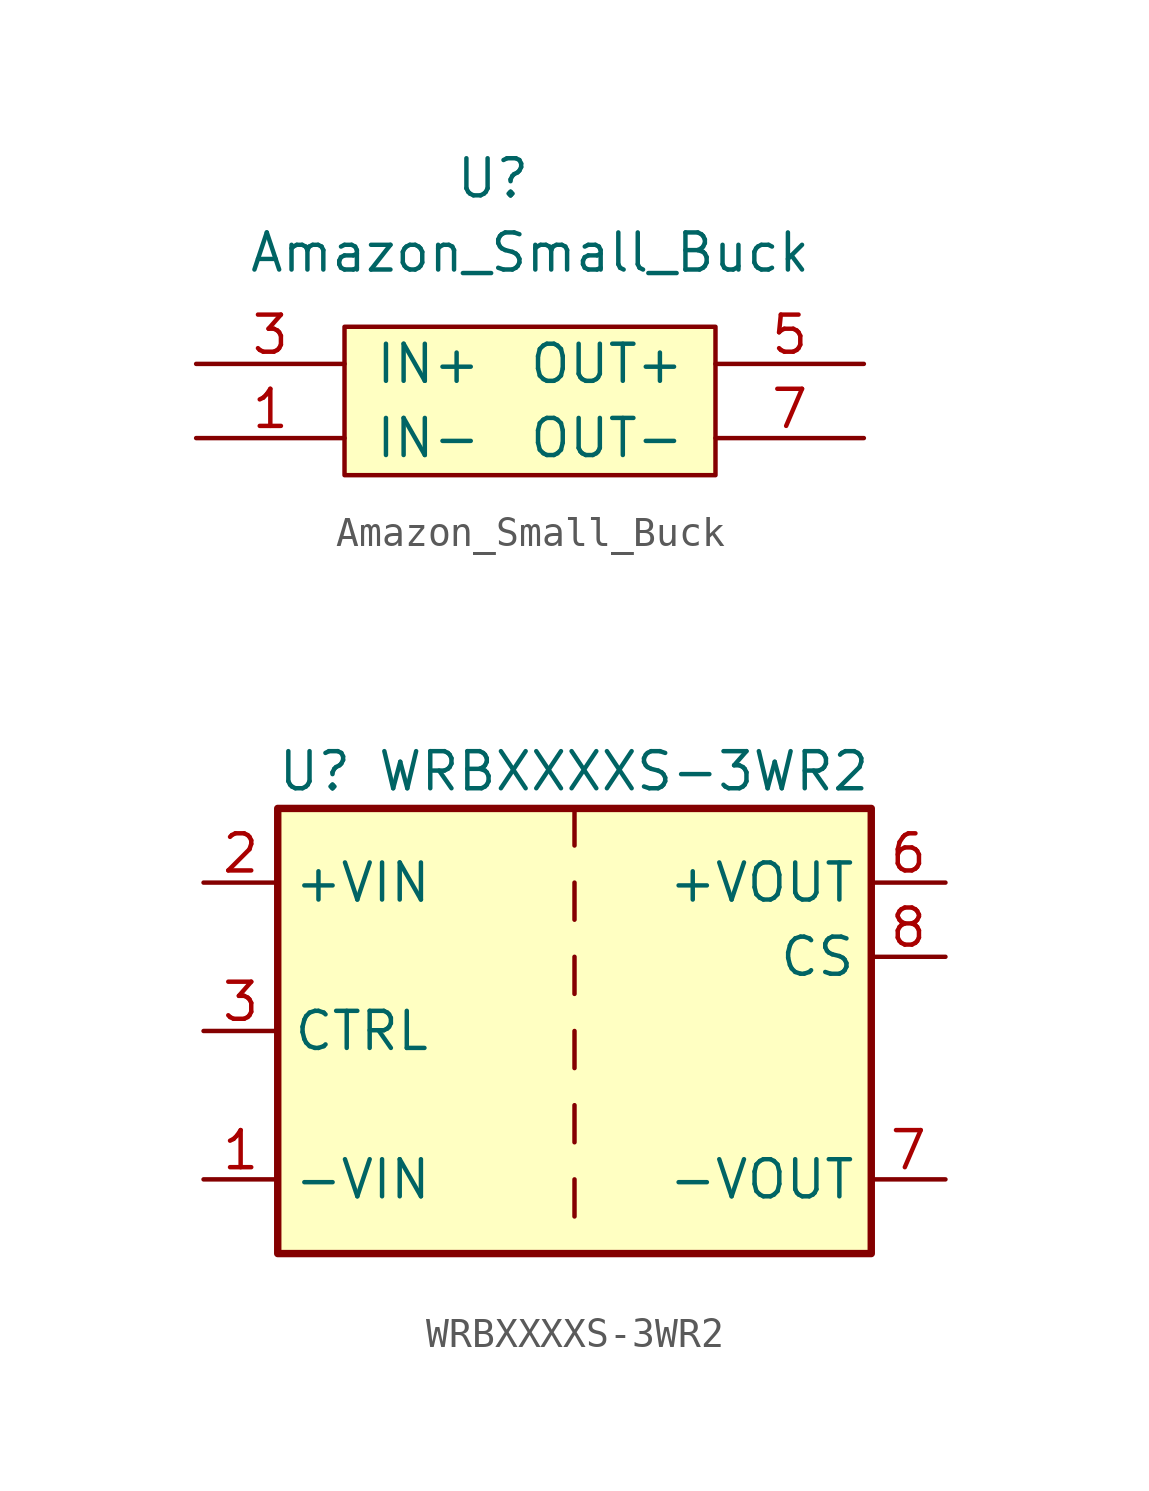
<source format=kicad_sym>
(kicad_symbol_lib
  (version 20211014)
  (generator kicad_symbol_editor)
  (symbol "Amazon_Small_Buck"
    (pin_names
      (offset 1.016))
    (property "Reference" "U"
      (at -1.27 7.62 0)
      (effects (font (size 1.27 1.27))))
    (property "Value" "Amazon_Small_Buck"
      (at 0 5.08 0)
      (effects (font (size 1.27 1.27))))
    (symbol "Amazon_Small_Buck_0_1"
      (rectangle (start -6.35 2.54) (end 6.35 -2.54) (stroke (width 0) (type default) (color 0 0 0 0)) (fill (type background))))
    (symbol "Amazon_Small_Buck_1_1"
      (pin power_in line (at -11.43 -1.27 0) (length 5.08) (name "IN-" (effects (font (size 1.27 1.27)))) (number "1" (effects (font (size 1.27 1.27)))))
      (pin power_in line (at -11.43 -1.27 0) (length 5.08) hide (name "IN-" (effects (font (size 1.27 1.27)))) (number "2" (effects (font (size 1.27 1.27)))))
      (pin power_in line (at -11.43 1.27 0) (length 5.08) (name "IN+" (effects (font (size 1.27 1.27)))) (number "3" (effects (font (size 1.27 1.27)))))
      (pin power_in line (at -11.43 1.27 0) (length 5.08) hide (name "IN+" (effects (font (size 1.27 1.27)))) (number "4" (effects (font (size 1.27 1.27)))))
      (pin power_out line (at 11.43 1.27 180) (length 5.08) (name "OUT+" (effects (font (size 1.27 1.27)))) (number "5" (effects (font (size 1.27 1.27)))))
      (pin power_out line (at 11.43 1.27 180) (length 5.08) hide (name "OUT+" (effects (font (size 1.27 1.27)))) (number "6" (effects (font (size 1.27 1.27)))))
      (pin power_out line (at 11.43 -1.27 180) (length 5.08) (name "OUT-" (effects (font (size 1.27 1.27)))) (number "7" (effects (font (size 1.27 1.27)))))
      (pin power_out line (at 11.43 -1.27 180) (length 5.08) hide (name "OUT-" (effects (font (size 1.27 1.27)))) (number "8" (effects (font (size 1.27 1.27)))))))
  (symbol "WRBXXXXS-3WR2"
    (property "Reference" "U"
      (at -8.89 8.89 0)
      (effects (font (size 1.27 1.27))))
    (property "Value" "WRBXXXXS-3WR2"
      (at 10.16 8.89 0)
      (effects (font (size 1.27 1.27)) (justify right)))
    (symbol "WRBXXXXS-3WR2_0_1"
      (rectangle (start -10.16 7.62) (end 10.16 -7.62) (stroke (width 0.254) (type default) (color 0 0 0 0)) (fill (type background)))
      (polyline (pts (xy 0 -5.08) (xy 0 -6.35)) (stroke (width 0) (type default) (color 0 0 0 0)) (fill (type none)))
      (polyline (pts (xy 0 -2.54) (xy 0 -3.81)) (stroke (width 0) (type default) (color 0 0 0 0)) (fill (type none)))
      (polyline (pts (xy 0 0) (xy 0 -1.27)) (stroke (width 0) (type default) (color 0 0 0 0)) (fill (type none)))
      (polyline (pts (xy 0 2.54) (xy 0 1.27)) (stroke (width 0) (type default) (color 0 0 0 0)) (fill (type none)))
      (polyline (pts (xy 0 5.08) (xy 0 3.81)) (stroke (width 0) (type default) (color 0 0 0 0)) (fill (type none)))
      (polyline (pts (xy 0 7.62) (xy 0 6.35)) (stroke (width 0) (type default) (color 0 0 0 0)) (fill (type none))))
    (symbol "WRBXXXXS-3WR2_1_1"
      (pin power_in line (at -12.7 -5.08 0) (length 2.54) (name "-VIN" (effects (font (size 1.27 1.27)))) (number "1" (effects (font (size 1.27 1.27)))))
      (pin power_in line (at -12.7 5.08 0) (length 2.54) (name "+VIN" (effects (font (size 1.27 1.27)))) (number "2" (effects (font (size 1.27 1.27)))))
      (pin input line (at -12.7 0 0) (length 2.54) (name "CTRL" (effects (font (size 1.27 1.27)))) (number "3" (effects (font (size 1.27 1.27)))))
      (pin no_connect line (at 0 -7.62 90) (length 2.54) hide (name "NC" (effects (font (size 1.27 1.27)))) (number "5" (effects (font (size 1.27 1.27)))))
      (pin power_out line (at 12.7 5.08 180) (length 2.54) (name "+VOUT" (effects (font (size 1.27 1.27)))) (number "6" (effects (font (size 1.27 1.27)))))
      (pin passive line (at 12.7 -5.08 180) (length 2.54) (name "-VOUT" (effects (font (size 1.27 1.27)))) (number "7" (effects (font (size 1.27 1.27)))))
      (pin passive line (at 12.7 2.54 180) (length 2.54) (name "CS" (effects (font (size 1.27 1.27)))) (number "8" (effects (font (size 1.27 1.27))))))))
</source>
